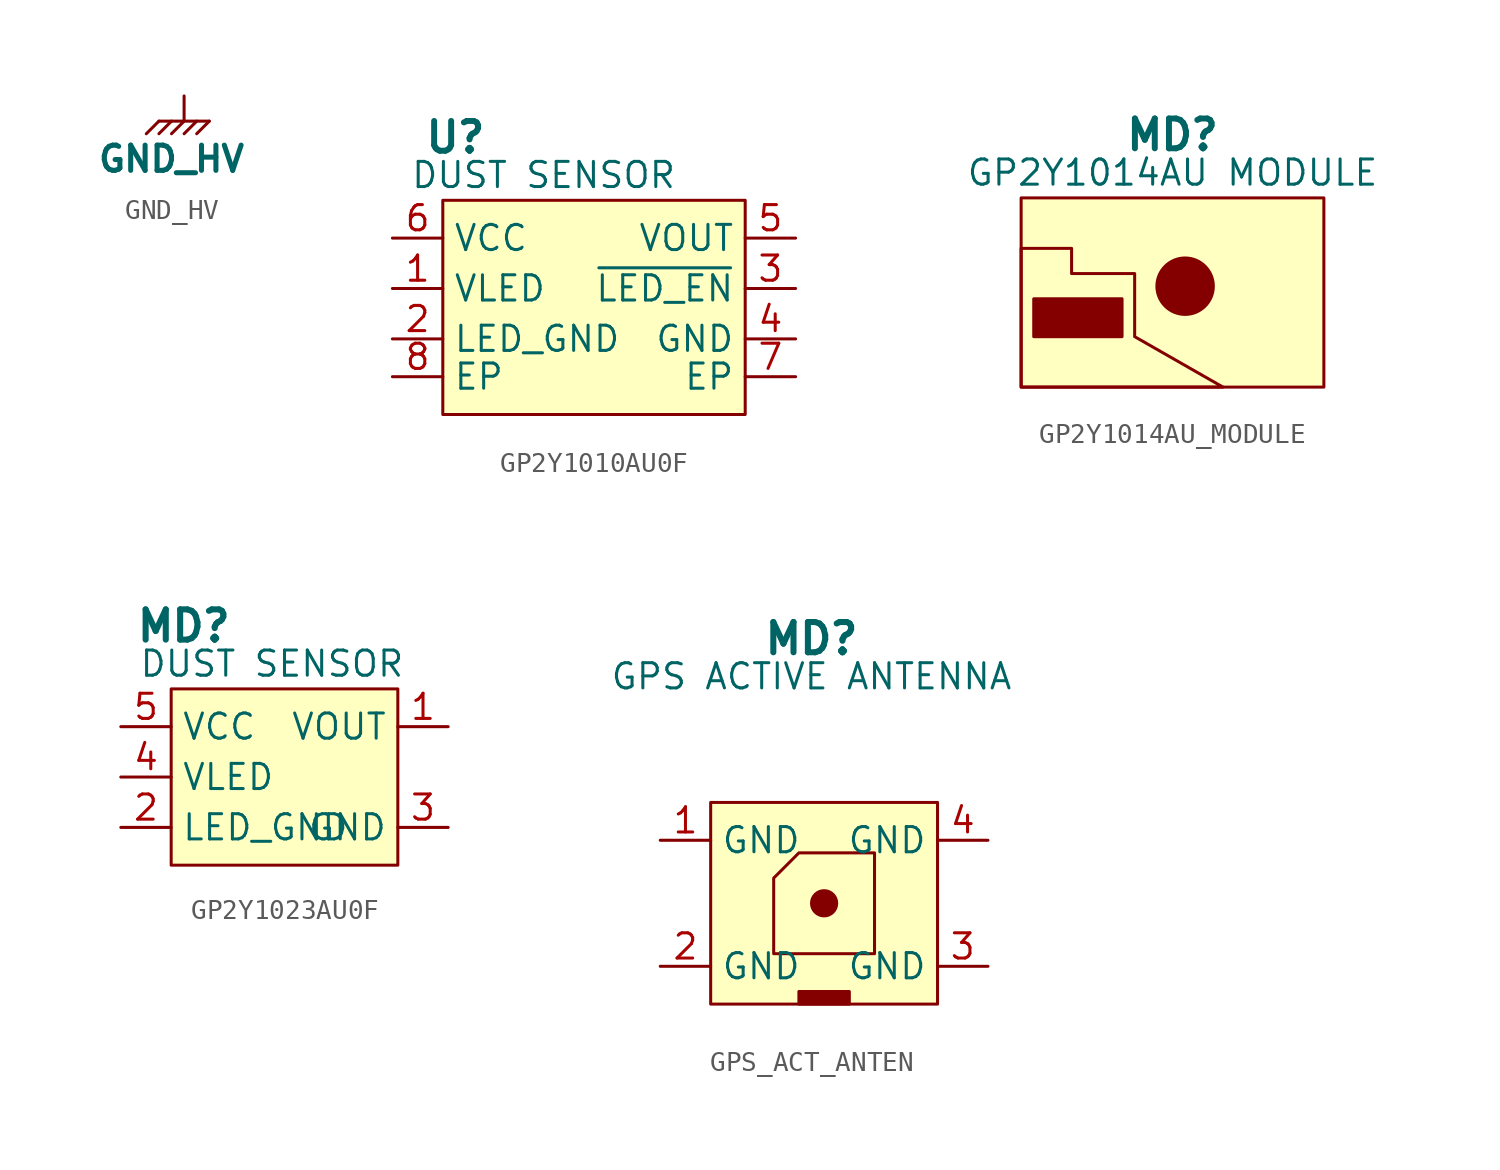
<source format=kicad_sym>
(kicad_symbol_lib
  (version 20231120)
  (generator "kicad_symbol_editor")
  (generator_version "8.0")
  (symbol "GND_HV"
    (power)
    (pin_names
      (offset 0))
    (property "Reference" "#PWR"
      (at 0 -3.81 0)
      (effects (font (size 1.27 1.27)) (hide yes)))
    (property "Value" "GND_HV"
      (at -0.635 -3.175 0)
      (effects (font (size 1.27 1.27) (bold yes))))
    (symbol "GND_HV_0_1"
      (polyline (pts (xy -1.27 -1.27) (xy -1.905 -1.905)) (stroke (width 0) (type default)) (fill (type none)))
      (polyline (pts (xy -1.27 -1.27) (xy 1.27 -1.27)) (stroke (width 0) (type solid)) (fill (type none)))
      (polyline (pts (xy -0.635 -1.27) (xy -1.27 -1.905)) (stroke (width 0) (type default)) (fill (type none)))
      (polyline (pts (xy 0 -1.27) (xy -0.635 -1.905)) (stroke (width 0) (type default)) (fill (type none)))
      (polyline (pts (xy 0 0) (xy 0 -1.27)) (stroke (width 0) (type solid)) (fill (type none)))
      (polyline (pts (xy 0.635 -1.27) (xy 0 -1.905)) (stroke (width 0) (type default)) (fill (type none)))
      (polyline (pts (xy 1.27 -1.27) (xy 0.635 -1.905)) (stroke (width 0) (type default)) (fill (type none))))
    (symbol "GND_HV_1_1"
      (pin power_in line (at 0 0 90) (length 0) hide (name "GND_HV" (effects (font (size 1.27 1.27)))) (number "1" (effects (font (size 1.27 1.27)))))))
  (symbol "GP2Y1010AU0F"
    (property "Reference" "U"
      (at 19.685 -5.08 0)
      (effects (font (size 1.5 1.5) (bold yes))))
    (property "Value" "DUST SENSOR"
      (at 24.13 -6.985 0)
      (effects (font (size 1.27 1.27))))
    (symbol "GP2Y1010AU0F_1_1"
      (rectangle (start 19.05 -8.255) (end 34.29 -19.05) (stroke (width 0) (type default)) (fill (type background)))
      (pin power_in line (at 16.51 -12.7 0) (length 2.54) (name "VLED" (effects (font (size 1.27 1.27)))) (number "1" (effects (font (size 1.27 1.27)))))
      (pin passive line (at 16.51 -15.24 0) (length 2.54) (name "LED_GND" (effects (font (size 1.27 1.27)))) (number "2" (effects (font (size 1.27 1.27)))))
      (pin input line (at 36.83 -12.7 180) (length 2.54) (name "~{LED_EN}" (effects (font (size 1.27 1.27)))) (number "3" (effects (font (size 1.27 1.27)))))
      (pin passive line (at 36.83 -15.24 180) (length 2.54) (name "GND" (effects (font (size 1.27 1.27)))) (number "4" (effects (font (size 1.27 1.27)))))
      (pin output line (at 36.83 -10.16 180) (length 2.54) (name "VOUT" (effects (font (size 1.27 1.27)))) (number "5" (effects (font (size 1.27 1.27)))))
      (pin power_in line (at 16.51 -10.16 0) (length 2.54) (name "VCC" (effects (font (size 1.27 1.27)))) (number "6" (effects (font (size 1.27 1.27)))))
      (pin passive line (at 36.83 -17.145 180) (length 2.54) (name "EP" (effects (font (size 1.27 1.27)))) (number "7" (effects (font (size 1.27 1.27)))))
      (pin passive line (at 16.51 -17.145 0) (length 2.54) (name "EP" (effects (font (size 1.27 1.27)))) (number "8" (effects (font (size 1.27 1.27)))))))
  (symbol "GP2Y1014AU_MODULE"
    (property "Reference" "MD"
      (at 0 0 0)
      (effects (font (size 1.5 1.5) (bold yes))))
    (property "Value" "GP2Y1014AU MODULE"
      (at 0 -1.905 0)
      (effects (font (size 1.27 1.27))))
    (symbol "GP2Y1014AU_MODULE_1_1"
      (rectangle (start -7.62 -3.175) (end 7.62 -12.7) (stroke (width 0) (type default)) (fill (type background)))
      (rectangle (start -6.985 -8.255) (end -2.54 -10.16) (stroke (width 0) (type default)) (fill (type outline)))
      (polyline (pts (xy -7.62 -5.715) (xy -5.08 -5.715) (xy -5.08 -6.985) (xy -1.905 -6.985) (xy -1.905 -10.16) (xy 2.54 -12.7) (xy -7.62 -12.7) (xy -7.62 -5.715)) (stroke (width 0) (type default)) (fill (type none)))
      (circle (center 0.635 -7.62) (radius 1.42) (stroke (width 0) (type default)) (fill (type outline)))))
  (symbol "GP2Y1023AU0F"
    (property "Reference" "MD"
      (at 0.635 0 0)
      (effects (font (size 1.524 1.524) (bold yes))))
    (property "Value" "DUST SENSOR"
      (at 5.08 -1.905 0)
      (effects (font (size 1.27 1.27))))
    (symbol "GP2Y1023AU0F_1_1"
      (rectangle (start 0 -3.175) (end 11.43 -12.065) (stroke (width 0) (type default)) (fill (type background)))
      (pin output line (at 13.97 -5.08 180) (length 2.54) (name "VOUT" (effects (font (size 1.27 1.27)))) (number "1" (effects (font (size 1.27 1.27)))))
      (pin passive line (at -2.54 -10.16 0) (length 2.54) (name "LED_GND" (effects (font (size 1.27 1.27)))) (number "2" (effects (font (size 1.27 1.27)))))
      (pin passive line (at 13.97 -10.16 180) (length 2.54) (name "GND" (effects (font (size 1.27 1.27)))) (number "3" (effects (font (size 1.27 1.27)))))
      (pin power_in line (at -2.54 -7.62 0) (length 2.54) (name "VLED" (effects (font (size 1.27 1.27)))) (number "4" (effects (font (size 1.27 1.27)))))
      (pin power_in line (at -2.54 -5.08 0) (length 2.54) (name "VCC" (effects (font (size 1.27 1.27)))) (number "5" (effects (font (size 1.27 1.27)))))))
  (symbol "GPS_ACT_ANTEN"
    (property "Reference" "MD"
      (at 0 0 0)
      (effects (font (size 1.524 1.524) (bold yes))))
    (property "Value" "GPS ACTIVE ANTENNA"
      (at 0 -1.905 0)
      (effects (font (size 1.27 1.27))))
    (symbol "GPS_ACT_ANTEN_1_1"
      (rectangle (start -5.08 -8.255) (end 6.35 -18.415) (stroke (width 0) (type default)) (fill (type background)))
      (rectangle (start -0.635 -17.78) (end 1.905 -18.415) (stroke (width 0) (type default)) (fill (type outline)))
      (polyline (pts (xy -1.905 -12.065) (xy -0.635 -10.795) (xy 3.175 -10.795) (xy 3.175 -15.875) (xy -1.905 -15.875) (xy -1.905 -12.065)) (stroke (width 0) (type default)) (fill (type none)))
      (circle (center 0.635 -13.335) (radius 0.635) (stroke (width 0) (type default)) (fill (type outline)))
      (pin passive line (at -7.62 -10.16 0) (length 2.54) (name "GND" (effects (font (size 1.27 1.27)))) (number "1" (effects (font (size 1.27 1.27)))))
      (pin passive line (at -7.62 -16.51 0) (length 2.54) (name "GND" (effects (font (size 1.27 1.27)))) (number "2" (effects (font (size 1.27 1.27)))))
      (pin passive line (at 8.89 -16.51 180) (length 2.54) (name "GND" (effects (font (size 1.27 1.27)))) (number "3" (effects (font (size 1.27 1.27)))))
      (pin passive line (at 8.89 -10.16 180) (length 2.54) (name "GND" (effects (font (size 1.27 1.27)))) (number "4" (effects (font (size 1.27 1.27))))))))
</source>
